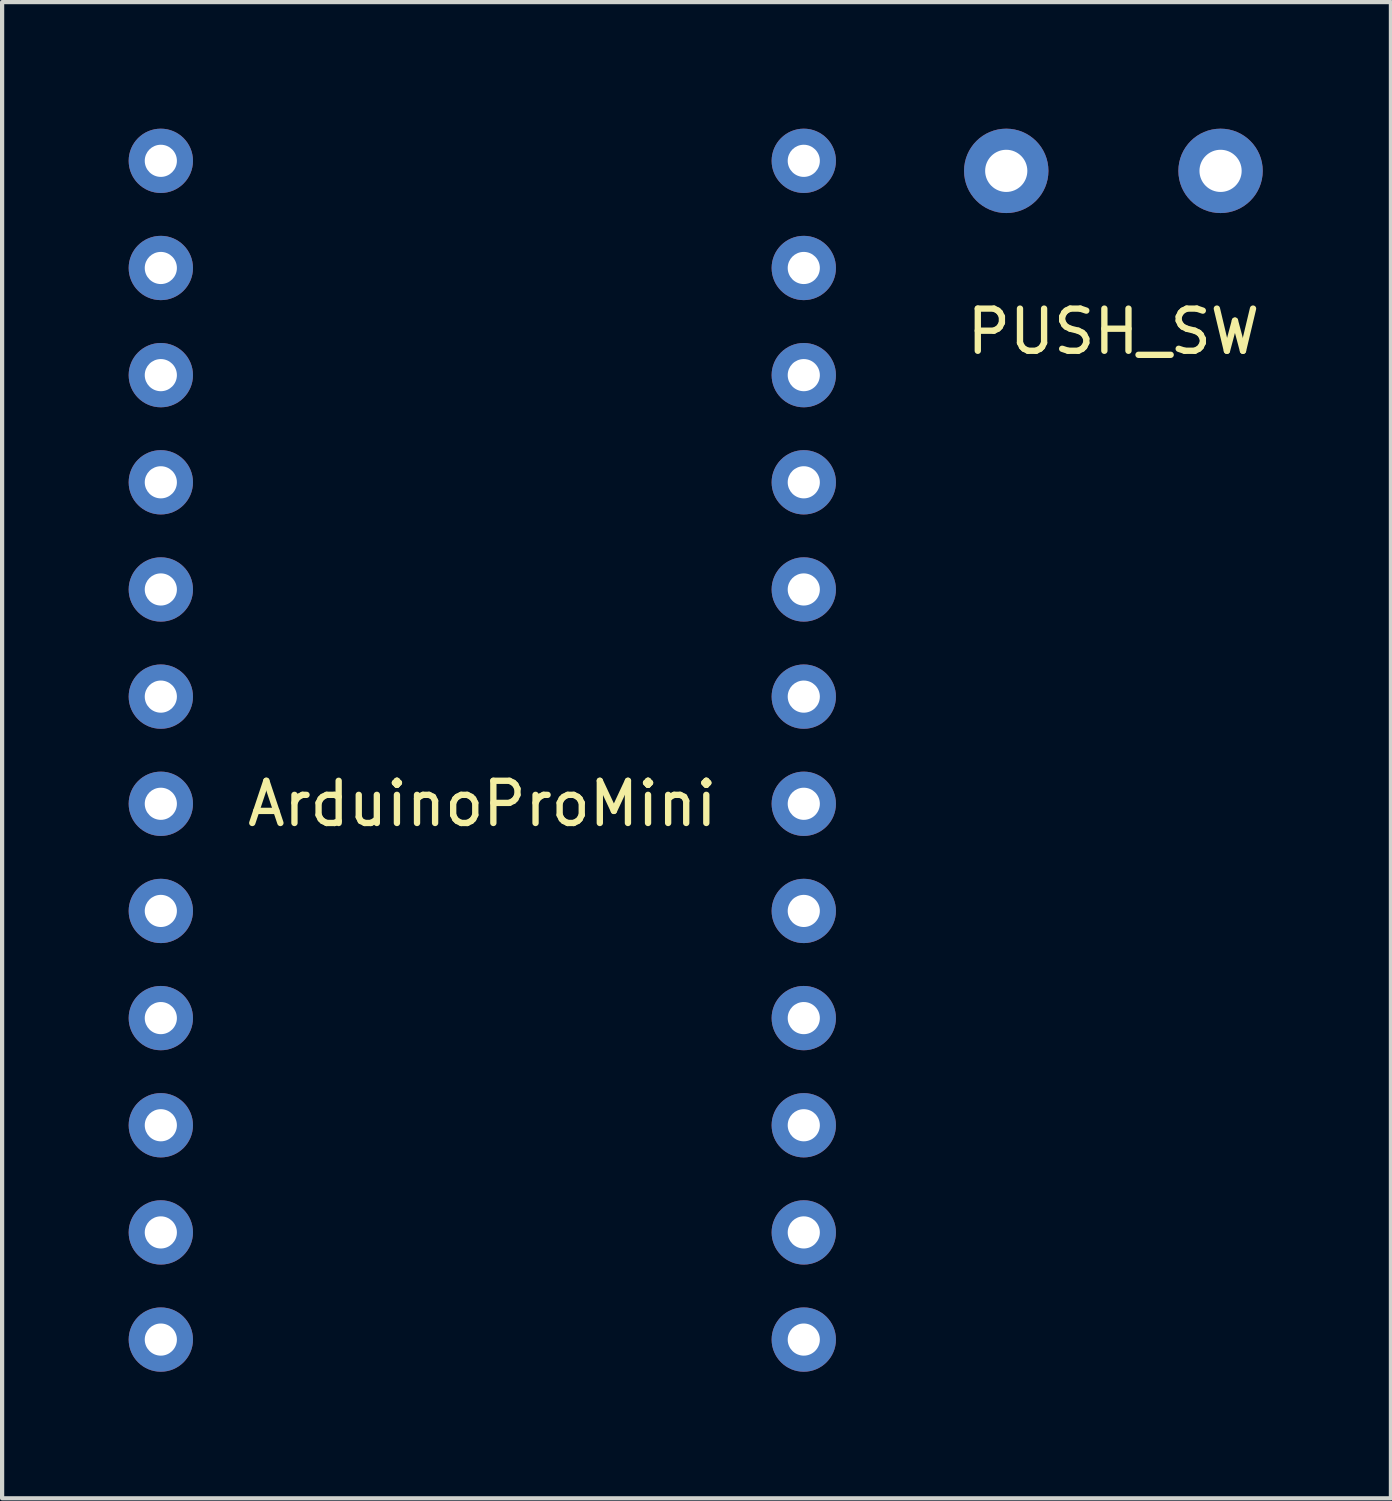
<source format=kicad_pcb>
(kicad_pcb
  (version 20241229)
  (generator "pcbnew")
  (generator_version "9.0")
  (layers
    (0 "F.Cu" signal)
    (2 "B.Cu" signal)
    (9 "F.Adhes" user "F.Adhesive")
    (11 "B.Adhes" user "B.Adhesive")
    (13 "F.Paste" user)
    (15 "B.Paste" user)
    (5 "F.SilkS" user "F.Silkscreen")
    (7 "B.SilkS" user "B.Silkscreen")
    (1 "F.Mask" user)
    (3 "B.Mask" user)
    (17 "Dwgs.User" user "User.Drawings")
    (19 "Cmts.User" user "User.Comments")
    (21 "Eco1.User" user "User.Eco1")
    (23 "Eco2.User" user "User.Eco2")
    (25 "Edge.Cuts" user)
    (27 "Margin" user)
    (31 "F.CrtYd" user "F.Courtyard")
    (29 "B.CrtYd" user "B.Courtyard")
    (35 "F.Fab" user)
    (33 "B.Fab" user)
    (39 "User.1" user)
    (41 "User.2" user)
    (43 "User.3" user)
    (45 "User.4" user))
  (footprint "PUSH_SW"
    (layer "F.Cu")
    (at 23.341 3.54)
    (property "Reference" "PUSH_SW" (at 0 1.27 0) (layer "F.SilkS") (effects (font (size 1 1) (thickness 0.15))))
    (attr through_hole)
    (pad "1" thru_hole circle (at -2.54 -2.54) (size 2 2) (drill 1) (layers "*.Cu" "*.Mask"))
    (pad "2" thru_hole circle (at 2.54 -2.54) (size 2 2) (drill 1) (layers "*.Cu" "*.Mask")))
  (footprint "ArduinoProMini"
    (layer "F.Cu")
    (at 8.382 14.732)
    (property "Reference" "ArduinoProMini" (at 0 1.27 0) (layer "F.SilkS") (effects (font (size 1 1) (thickness 0.15))))
    (attr through_hole)
    (pad "7" thru_hole circle (at -7.62 -13.97) (size 1.524 1.524) (drill 0.762) (layers "*.Cu" "*.Mask"))
    (pad "8" thru_hole circle (at -7.62 -11.43) (size 1.524 1.524) (drill 0.762) (layers "*.Cu" "*.Mask"))
    (pad "9" thru_hole circle (at -7.62 -8.89) (size 1.524 1.524) (drill 0.762) (layers "*.Cu" "*.Mask"))
    (pad "10" thru_hole circle (at -7.62 -6.35) (size 1.524 1.524) (drill 0.762) (layers "*.Cu" "*.Mask"))
    (pad "11" thru_hole circle (at -7.62 -3.81) (size 1.524 1.524) (drill 0.762) (layers "*.Cu" "*.Mask"))
    (pad "12" thru_hole circle (at -7.62 -1.27) (size 1.524 1.524) (drill 0.762) (layers "*.Cu" "*.Mask"))
    (pad "13" thru_hole circle (at -7.62 1.27) (size 1.524 1.524) (drill 0.762) (layers "*.Cu" "*.Mask"))
    (pad "14" thru_hole circle (at -7.62 3.81) (size 1.524 1.524) (drill 0.762) (layers "*.Cu" "*.Mask"))
    (pad "15" thru_hole circle (at -7.62 6.35) (size 1.524 1.524) (drill 0.762) (layers "*.Cu" "*.Mask"))
    (pad "16" thru_hole circle (at -7.62 8.89) (size 1.524 1.524) (drill 0.762) (layers "*.Cu" "*.Mask"))
    (pad "17" thru_hole circle (at -7.62 11.43) (size 1.524 1.524) (drill 0.762) (layers "*.Cu" "*.Mask"))
    (pad "18" thru_hole circle (at -7.62 13.97) (size 1.524 1.524) (drill 0.762) (layers "*.Cu" "*.Mask"))
    (pad "19" thru_hole circle (at 7.62 -13.97) (size 1.524 1.524) (drill 0.762) (layers "*.Cu" "*.Mask"))
    (pad "20" thru_hole circle (at 7.62 -11.43) (size 1.524 1.524) (drill 0.762) (layers "*.Cu" "*.Mask"))
    (pad "21" thru_hole circle (at 7.62 -8.89) (size 1.524 1.524) (drill 0.762) (layers "*.Cu" "*.Mask"))
    (pad "22" thru_hole circle (at 7.62 -6.35) (size 1.524 1.524) (drill 0.762) (layers "*.Cu" "*.Mask"))
    (pad "23" thru_hole circle (at 7.62 -3.81) (size 1.524 1.524) (drill 0.762) (layers "*.Cu" "*.Mask"))
    (pad "24" thru_hole circle (at 7.62 -1.27) (size 1.524 1.524) (drill 0.762) (layers "*.Cu" "*.Mask"))
    (pad "25" thru_hole circle (at 7.62 1.27) (size 1.524 1.524) (drill 0.762) (layers "*.Cu" "*.Mask"))
    (pad "26" thru_hole circle (at 7.62 3.81) (size 1.524 1.524) (drill 0.762) (layers "*.Cu" "*.Mask"))
    (pad "27" thru_hole circle (at 7.62 6.35) (size 1.524 1.524) (drill 0.762) (layers "*.Cu" "*.Mask"))
    (pad "28" thru_hole circle (at 7.62 8.89) (size 1.524 1.524) (drill 0.762) (layers "*.Cu" "*.Mask"))
    (pad "29" thru_hole circle (at 7.62 11.43) (size 1.524 1.524) (drill 0.762) (layers "*.Cu" "*.Mask"))
    (pad "30" thru_hole circle (at 7.62 13.97) (size 1.524 1.524) (drill 0.762) (layers "*.Cu" "*.Mask")))
  (gr_rect
    (start -3 -3)
    (end 29.919 32.464)
    (stroke (width 0.1) (type default))
    (fill no)
    (layer "Edge.Cuts")))
</source>
